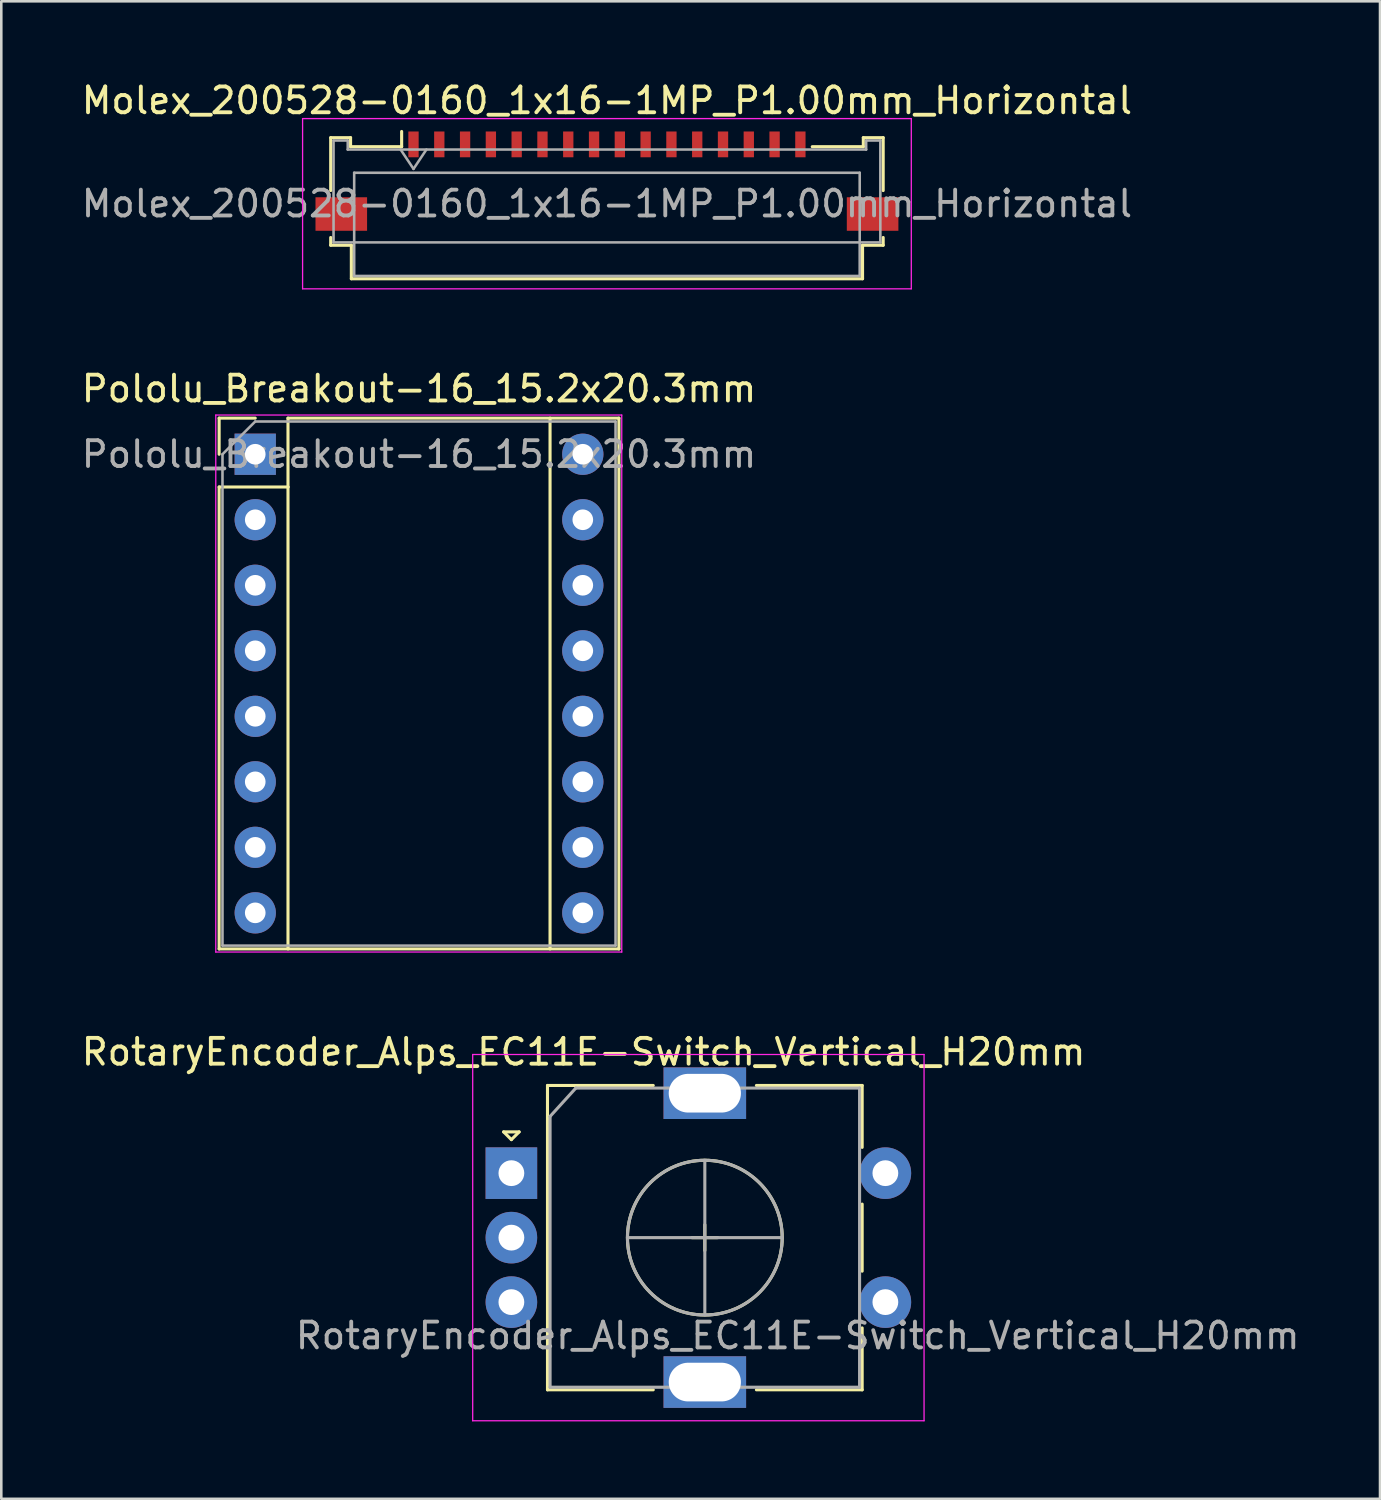
<source format=kicad_pcb>
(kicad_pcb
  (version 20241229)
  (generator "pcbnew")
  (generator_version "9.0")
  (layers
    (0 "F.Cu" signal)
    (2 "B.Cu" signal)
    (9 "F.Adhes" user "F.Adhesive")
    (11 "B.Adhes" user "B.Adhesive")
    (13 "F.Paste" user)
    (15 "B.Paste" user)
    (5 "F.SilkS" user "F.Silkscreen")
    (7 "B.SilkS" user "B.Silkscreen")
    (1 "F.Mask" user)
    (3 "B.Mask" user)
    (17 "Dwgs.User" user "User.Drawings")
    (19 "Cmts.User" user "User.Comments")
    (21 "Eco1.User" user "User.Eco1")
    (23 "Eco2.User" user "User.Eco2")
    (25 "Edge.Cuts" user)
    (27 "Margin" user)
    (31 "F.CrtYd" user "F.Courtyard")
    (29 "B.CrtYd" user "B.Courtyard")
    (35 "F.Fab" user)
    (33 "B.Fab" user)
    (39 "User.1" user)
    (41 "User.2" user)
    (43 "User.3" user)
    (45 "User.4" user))
  (footprint "RotaryEncoder_Alps_EC11E-Switch_Vertical_H20mm"
    (layer "F.Cu")
    (at 16.777 42.435)
    (property "Reference" "RotaryEncoder_Alps_EC11E-Switch_Vertical_H20mm" (at 2.8 -4.7 0) (layer "F.SilkS") (effects (font (size 1 1) (thickness 0.15))))
    (attr through_hole)
    (fp_line (start -0.3 -1.6) (end 0.3 -1.6) (stroke (width 0.12) (type solid)) (layer "F.SilkS"))
    (fp_line (start 0 -1.3) (end -0.3 -1.6) (stroke (width 0.12) (type solid)) (layer "F.SilkS"))
    (fp_line (start 0.3 -1.6) (end 0 -1.3) (stroke (width 0.12) (type solid)) (layer "F.SilkS"))
    (fp_line (start 1.4 -3.4) (end 1.4 8.4) (stroke (width 0.12) (type solid)) (layer "F.SilkS"))
    (fp_line (start 5.5 -3.4) (end 1.4 -3.4) (stroke (width 0.12) (type solid)) (layer "F.SilkS"))
    (fp_line (start 5.5 8.4) (end 1.4 8.4) (stroke (width 0.12) (type solid)) (layer "F.SilkS"))
    (fp_line (start 7 2.5) (end 8 2.5) (stroke (width 0.12) (type solid)) (layer "F.SilkS"))
    (fp_line (start 7.5 2) (end 7.5 3) (stroke (width 0.12) (type solid)) (layer "F.SilkS"))
    (fp_line (start 9.5 -3.4) (end 13.6 -3.4) (stroke (width 0.12) (type solid)) (layer "F.SilkS"))
    (fp_line (start 13.6 -3.4) (end 13.6 -1) (stroke (width 0.12) (type solid)) (layer "F.SilkS"))
    (fp_line (start 13.6 1.2) (end 13.6 3.8) (stroke (width 0.12) (type solid)) (layer "F.SilkS"))
    (fp_line (start 13.6 6) (end 13.6 8.4) (stroke (width 0.12) (type solid)) (layer "F.SilkS"))
    (fp_line (start 13.6 8.4) (end 9.5 8.4) (stroke (width 0.12) (type solid)) (layer "F.SilkS"))
    (fp_circle (center 7.5 2.5) (end 10.5 2.5) (stroke (width 0.12) (type solid)) (fill no) (layer "F.SilkS"))
    (fp_line (start -1.5 -4.6) (end -1.5 9.6) (stroke (width 0.05) (type solid)) (layer "F.CrtYd"))
    (fp_line (start -1.5 -4.6) (end 16 -4.6) (stroke (width 0.05) (type solid)) (layer "F.CrtYd"))
    (fp_line (start 16 9.6) (end -1.5 9.6) (stroke (width 0.05) (type solid)) (layer "F.CrtYd"))
    (fp_line (start 16 9.6) (end 16 -4.6) (stroke (width 0.05) (type solid)) (layer "F.CrtYd"))
    (fp_line (start 1.5 -2.2) (end 2.5 -3.3) (stroke (width 0.12) (type solid)) (layer "F.Fab"))
    (fp_line (start 1.5 8.3) (end 1.5 -2.2) (stroke (width 0.12) (type solid)) (layer "F.Fab"))
    (fp_line (start 2.5 -3.3) (end 13.5 -3.3) (stroke (width 0.12) (type solid)) (layer "F.Fab"))
    (fp_line (start 4.5 2.5) (end 10.5 2.5) (stroke (width 0.12) (type solid)) (layer "F.Fab"))
    (fp_line (start 7.5 -0.5) (end 7.5 5.5) (stroke (width 0.12) (type solid)) (layer "F.Fab"))
    (fp_line (start 13.5 -3.3) (end 13.5 8.3) (stroke (width 0.12) (type solid)) (layer "F.Fab"))
    (fp_line (start 13.5 8.3) (end 1.5 8.3) (stroke (width 0.12) (type solid)) (layer "F.Fab"))
    (fp_circle (center 7.5 2.5) (end 10.5 2.5) (stroke (width 0.12) (type solid)) (fill no) (layer "F.Fab"))
    (fp_text user "${REFERENCE}" (at 11.1 6.3 0) (layer "F.Fab") (effects (font (size 1 1) (thickness 0.15))))
    (pad "A" thru_hole rect (at 0 0) (size 2 2) (drill 1) (layers "*.Cu" "*.Mask"))
    (pad "B" thru_hole circle (at 0 5) (size 2 2) (drill 1) (layers "*.Cu" "*.Mask"))
    (pad "C" thru_hole circle (at 0 2.5) (size 2 2) (drill 1) (layers "*.Cu" "*.Mask"))
    (pad "MP" thru_hole rect (at 7.5 -3.1) (size 3.2 2) (drill oval 2.8 1.5) (layers "*.Cu" "*.Mask"))
    (pad "MP" thru_hole rect (at 7.5 8.1) (size 3.2 2) (drill oval 2.8 1.5) (layers "*.Cu" "*.Mask"))
    (pad "S1" thru_hole circle (at 14.5 5) (size 2 2) (drill 1) (layers "*.Cu" "*.Mask"))
    (pad "S2" thru_hole circle (at 14.5 0) (size 2 2) (drill 1) (layers "*.Cu" "*.Mask")))
  (footprint "Pololu_Breakout-16_15.2x20.3mm"
    (layer "F.Cu")
    (at 6.846 14.562)
    (property "Reference" "Pololu_Breakout-16_15.2x20.3mm" (at 6.35 -2.54 0) (layer "F.SilkS") (effects (font (size 1 1) (thickness 0.15))))
    (attr through_hole)
    (fp_line (start -1.4 -1.4) (end -1.4 0) (stroke (width 0.12) (type solid)) (layer "F.SilkS"))
    (fp_line (start -1.4 1.27) (end -1.4 19.18) (stroke (width 0.12) (type solid)) (layer "F.SilkS"))
    (fp_line (start -1.4 19.18) (end 14.1 19.18) (stroke (width 0.12) (type solid)) (layer "F.SilkS"))
    (fp_line (start 0 -1.4) (end -1.4 -1.4) (stroke (width 0.12) (type solid)) (layer "F.SilkS"))
    (fp_line (start 1.27 -1.4) (end 1.27 1.27) (stroke (width 0.12) (type solid)) (layer "F.SilkS"))
    (fp_line (start 1.27 1.27) (end -1.4 1.27) (stroke (width 0.12) (type solid)) (layer "F.SilkS"))
    (fp_line (start 1.27 1.27) (end 1.27 19.18) (stroke (width 0.12) (type solid)) (layer "F.SilkS"))
    (fp_line (start 11.43 -1.4) (end 11.43 19.18) (stroke (width 0.12) (type solid)) (layer "F.SilkS"))
    (fp_line (start 14.1 -1.4) (end 1.27 -1.4) (stroke (width 0.12) (type solid)) (layer "F.SilkS"))
    (fp_line (start 14.1 19.18) (end 14.1 -1.4) (stroke (width 0.12) (type solid)) (layer "F.SilkS"))
    (fp_line (start -1.53 -1.52) (end -1.53 19.3) (stroke (width 0.05) (type solid)) (layer "F.CrtYd"))
    (fp_line (start -1.53 -1.52) (end 14.21 -1.52) (stroke (width 0.05) (type solid)) (layer "F.CrtYd"))
    (fp_line (start 14.21 19.3) (end -1.53 19.3) (stroke (width 0.05) (type solid)) (layer "F.CrtYd"))
    (fp_line (start 14.21 19.3) (end 14.21 -1.52) (stroke (width 0.05) (type solid)) (layer "F.CrtYd"))
    (fp_line (start -1.27 0) (end 0 -1.27) (stroke (width 0.1) (type solid)) (layer "F.Fab"))
    (fp_line (start -1.27 19.05) (end -1.27 0) (stroke (width 0.1) (type solid)) (layer "F.Fab"))
    (fp_line (start 0 -1.27) (end 13.97 -1.27) (stroke (width 0.1) (type solid)) (layer "F.Fab"))
    (fp_line (start 13.97 -1.27) (end 13.97 19.05) (stroke (width 0.1) (type solid)) (layer "F.Fab"))
    (fp_line (start 13.97 19.05) (end -1.27 19.05) (stroke (width 0.1) (type solid)) (layer "F.Fab"))
    (fp_text user "${REFERENCE}" (at 6.35 0 0) (layer "F.Fab") (effects (font (size 1 1) (thickness 0.15))))
    (pad "1" thru_hole rect (at 0 0) (size 1.6 1.6) (drill 0.8) (layers "*.Cu" "*.Mask"))
    (pad "2" thru_hole oval (at 0 2.54) (size 1.6 1.6) (drill 0.8) (layers "*.Cu" "*.Mask"))
    (pad "3" thru_hole oval (at 0 5.08) (size 1.6 1.6) (drill 0.8) (layers "*.Cu" "*.Mask"))
    (pad "4" thru_hole oval (at 0 7.62) (size 1.6 1.6) (drill 0.8) (layers "*.Cu" "*.Mask"))
    (pad "5" thru_hole oval (at 0 10.16) (size 1.6 1.6) (drill 0.8) (layers "*.Cu" "*.Mask"))
    (pad "6" thru_hole oval (at 0 12.7) (size 1.6 1.6) (drill 0.8) (layers "*.Cu" "*.Mask"))
    (pad "7" thru_hole oval (at 0 15.24) (size 1.6 1.6) (drill 0.8) (layers "*.Cu" "*.Mask"))
    (pad "8" thru_hole oval (at 0 17.78) (size 1.6 1.6) (drill 0.8) (layers "*.Cu" "*.Mask"))
    (pad "9" thru_hole oval (at 12.7 17.78) (size 1.6 1.6) (drill 0.8) (layers "*.Cu" "*.Mask"))
    (pad "10" thru_hole oval (at 12.7 15.24) (size 1.6 1.6) (drill 0.8) (layers "*.Cu" "*.Mask"))
    (pad "11" thru_hole oval (at 12.7 12.7) (size 1.6 1.6) (drill 0.8) (layers "*.Cu" "*.Mask"))
    (pad "12" thru_hole oval (at 12.7 10.16) (size 1.6 1.6) (drill 0.8) (layers "*.Cu" "*.Mask"))
    (pad "13" thru_hole oval (at 12.7 7.62) (size 1.6 1.6) (drill 0.8) (layers "*.Cu" "*.Mask"))
    (pad "14" thru_hole oval (at 12.7 5.08) (size 1.6 1.6) (drill 0.8) (layers "*.Cu" "*.Mask"))
    (pad "15" thru_hole oval (at 12.7 2.54) (size 1.6 1.6) (drill 0.8) (layers "*.Cu" "*.Mask"))
    (pad "16" thru_hole oval (at 12.7 0) (size 1.6 1.6) (drill 0.8) (layers "*.Cu" "*.Mask")))
  (footprint "Molex_200528-0160_1x16-1MP_P1.00mm_Horizontal"
    (layer "F.Cu")
    (at 20.482 3.458)
    (property "Reference" "Molex_200528-0160_1x16-1MP_P1.00mm_Horizontal" (at 0 -2.61 0) (layer "F.SilkS") (effects (font (size 1 1) (thickness 0.15))))
    (attr smd)
    (fp_line (start -10.71 -1.17) (end -10.71 0.88) (stroke (width 0.12) (type solid)) (layer "F.SilkS"))
    (fp_line (start -10.71 2.7) (end -10.71 3) (stroke (width 0.12) (type solid)) (layer "F.SilkS"))
    (fp_line (start -10.71 3) (end -9.91 3) (stroke (width 0.12) (type solid)) (layer "F.SilkS"))
    (fp_line (start -9.94 -1.17) (end -10.71 -1.17) (stroke (width 0.12) (type solid)) (layer "F.SilkS"))
    (fp_line (start -9.94 -0.82) (end -9.94 -1.17) (stroke (width 0.12) (type solid)) (layer "F.SilkS"))
    (fp_line (start -9.91 3) (end -9.91 4.3) (stroke (width 0.12) (type solid)) (layer "F.SilkS"))
    (fp_line (start -9.91 4.3) (end 9.91 4.3) (stroke (width 0.12) (type solid)) (layer "F.SilkS"))
    (fp_line (start -7.96 -1.41) (end -7.96 -0.82) (stroke (width 0.12) (type solid)) (layer "F.SilkS"))
    (fp_line (start -7.96 -0.82) (end -9.94 -0.82) (stroke (width 0.12) (type solid)) (layer "F.SilkS"))
    (fp_line (start 9.91 3) (end 10.71 3) (stroke (width 0.12) (type solid)) (layer "F.SilkS"))
    (fp_line (start 9.91 4.3) (end 9.91 3) (stroke (width 0.12) (type solid)) (layer "F.SilkS"))
    (fp_line (start 9.94 -1.17) (end 9.94 -0.82) (stroke (width 0.12) (type solid)) (layer "F.SilkS"))
    (fp_line (start 9.94 -0.82) (end 7.96 -0.82) (stroke (width 0.12) (type solid)) (layer "F.SilkS"))
    (fp_line (start 10.71 -1.17) (end 9.94 -1.17) (stroke (width 0.12) (type solid)) (layer "F.SilkS"))
    (fp_line (start 10.71 0.88) (end 10.71 -1.17) (stroke (width 0.12) (type solid)) (layer "F.SilkS"))
    (fp_line (start 10.71 3) (end 10.71 2.7) (stroke (width 0.12) (type solid)) (layer "F.SilkS"))
    (fp_line (start -11.8 -1.91) (end -11.8 4.69) (stroke (width 0.05) (type solid)) (layer "F.CrtYd"))
    (fp_line (start -11.8 4.69) (end 11.8 4.69) (stroke (width 0.05) (type solid)) (layer "F.CrtYd"))
    (fp_line (start 11.8 -1.91) (end -11.8 -1.91) (stroke (width 0.05) (type solid)) (layer "F.CrtYd"))
    (fp_line (start 11.8 4.69) (end 11.8 -1.91) (stroke (width 0.05) (type solid)) (layer "F.CrtYd"))
    (fp_line (start -10.6 -1.06) (end -10.6 2.89) (stroke (width 0.1) (type solid)) (layer "F.Fab"))
    (fp_line (start -10.6 2.89) (end 10.6 2.89) (stroke (width 0.1) (type solid)) (layer "F.Fab"))
    (fp_line (start -10.05 -1.06) (end -10.6 -1.06) (stroke (width 0.1) (type solid)) (layer "F.Fab"))
    (fp_line (start -10.05 -0.71) (end -10.05 -1.06) (stroke (width 0.1) (type solid)) (layer "F.Fab"))
    (fp_line (start -9.8 0.19) (end -9.8 4.19) (stroke (width 0.1) (type solid)) (layer "F.Fab"))
    (fp_line (start -9.8 4.19) (end 9.8 4.19) (stroke (width 0.1) (type solid)) (layer "F.Fab"))
    (fp_line (start -8 -0.71) (end -7.5 0.04) (stroke (width 0.1) (type solid)) (layer "F.Fab"))
    (fp_line (start -7.5 0.04) (end -7 -0.71) (stroke (width 0.1) (type solid)) (layer "F.Fab"))
    (fp_line (start 9.8 0.19) (end -9.8 0.19) (stroke (width 0.1) (type solid)) (layer "F.Fab"))
    (fp_line (start 9.8 4.19) (end 9.8 0.19) (stroke (width 0.1) (type solid)) (layer "F.Fab"))
    (fp_line (start 10.05 -1.06) (end 10.05 -0.71) (stroke (width 0.1) (type solid)) (layer "F.Fab"))
    (fp_line (start 10.05 -0.71) (end -10.05 -0.71) (stroke (width 0.1) (type solid)) (layer "F.Fab"))
    (fp_line (start 10.6 -1.06) (end 10.05 -1.06) (stroke (width 0.1) (type solid)) (layer "F.Fab"))
    (fp_line (start 10.6 2.89) (end 10.6 -1.06) (stroke (width 0.1) (type solid)) (layer "F.Fab"))
    (fp_text user "${REFERENCE}" (at 0 1.39 0) (layer "F.Fab") (effects (font (size 1 1) (thickness 0.15))))
    (pad "1" smd rect (at -7.5 -0.91) (size 0.4 1) (layers "F.Cu" "F.Mask" "F.Paste"))
    (pad "2" smd rect (at -6.5 -0.91) (size 0.4 1) (layers "F.Cu" "F.Mask" "F.Paste"))
    (pad "3" smd rect (at -5.5 -0.91) (size 0.4 1) (layers "F.Cu" "F.Mask" "F.Paste"))
    (pad "4" smd rect (at -4.5 -0.91) (size 0.4 1) (layers "F.Cu" "F.Mask" "F.Paste"))
    (pad "5" smd rect (at -3.5 -0.91) (size 0.4 1) (layers "F.Cu" "F.Mask" "F.Paste"))
    (pad "6" smd rect (at -2.5 -0.91) (size 0.4 1) (layers "F.Cu" "F.Mask" "F.Paste"))
    (pad "7" smd rect (at -1.5 -0.91) (size 0.4 1) (layers "F.Cu" "F.Mask" "F.Paste"))
    (pad "8" smd rect (at -0.5 -0.91) (size 0.4 1) (layers "F.Cu" "F.Mask" "F.Paste"))
    (pad "9" smd rect (at 0.5 -0.91) (size 0.4 1) (layers "F.Cu" "F.Mask" "F.Paste"))
    (pad "10" smd rect (at 1.5 -0.91) (size 0.4 1) (layers "F.Cu" "F.Mask" "F.Paste"))
    (pad "11" smd rect (at 2.5 -0.91) (size 0.4 1) (layers "F.Cu" "F.Mask" "F.Paste"))
    (pad "12" smd rect (at 3.5 -0.91) (size 0.4 1) (layers "F.Cu" "F.Mask" "F.Paste"))
    (pad "13" smd rect (at 4.5 -0.91) (size 0.4 1) (layers "F.Cu" "F.Mask" "F.Paste"))
    (pad "14" smd rect (at 5.5 -0.91) (size 0.4 1) (layers "F.Cu" "F.Mask" "F.Paste"))
    (pad "15" smd rect (at 6.5 -0.91) (size 0.4 1) (layers "F.Cu" "F.Mask" "F.Paste"))
    (pad "16" smd rect (at 7.5 -0.91) (size 0.4 1) (layers "F.Cu" "F.Mask" "F.Paste"))
    (pad "MP" smd rect (at -10.3 1.79) (size 2 1.3) (layers "F.Cu" "F.Mask" "F.Paste"))
    (pad "MP" smd rect (at 10.3 1.79) (size 2 1.3) (layers "F.Cu" "F.Mask" "F.Paste")))
  (gr_rect
    (start -3 -3)
    (end 50.455 55.06)
    (stroke (width 0.1) (type default))
    (fill no)
    (layer "Edge.Cuts")))
</source>
